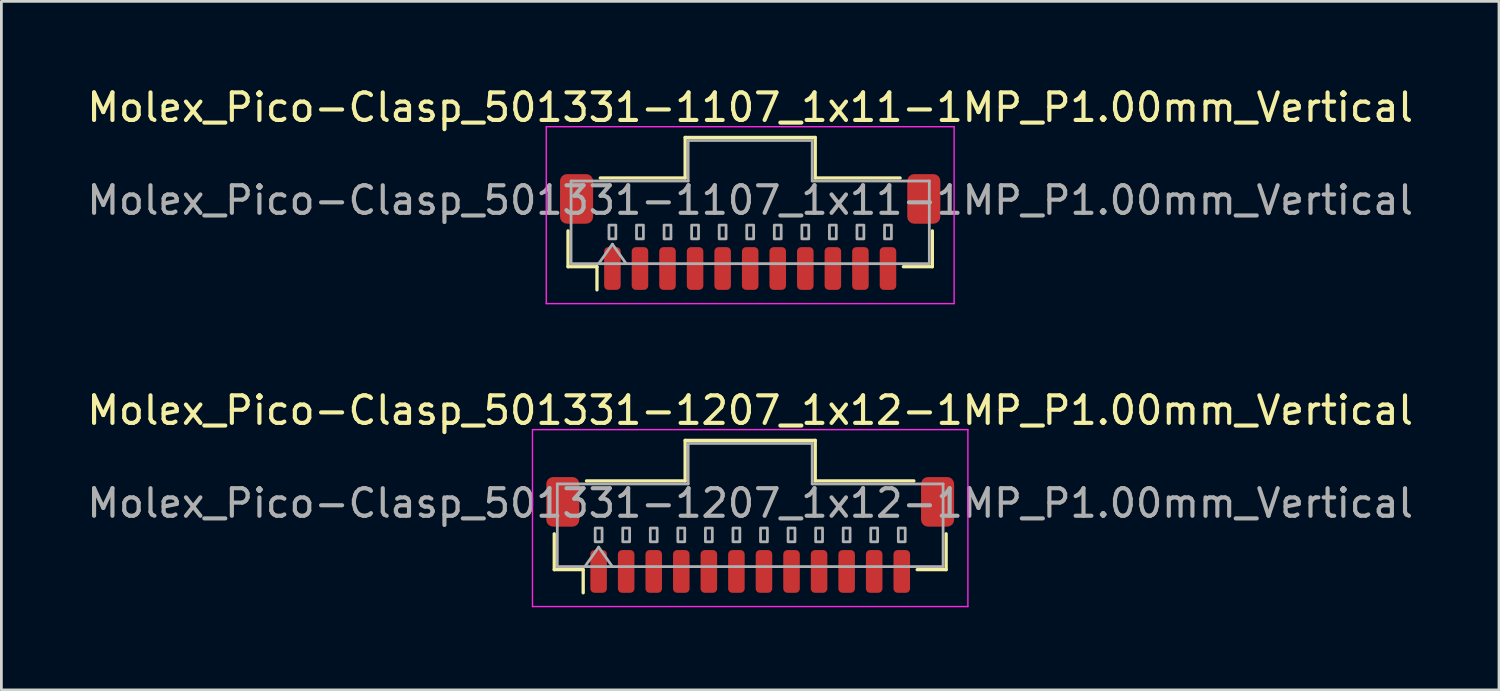
<source format=kicad_pcb>
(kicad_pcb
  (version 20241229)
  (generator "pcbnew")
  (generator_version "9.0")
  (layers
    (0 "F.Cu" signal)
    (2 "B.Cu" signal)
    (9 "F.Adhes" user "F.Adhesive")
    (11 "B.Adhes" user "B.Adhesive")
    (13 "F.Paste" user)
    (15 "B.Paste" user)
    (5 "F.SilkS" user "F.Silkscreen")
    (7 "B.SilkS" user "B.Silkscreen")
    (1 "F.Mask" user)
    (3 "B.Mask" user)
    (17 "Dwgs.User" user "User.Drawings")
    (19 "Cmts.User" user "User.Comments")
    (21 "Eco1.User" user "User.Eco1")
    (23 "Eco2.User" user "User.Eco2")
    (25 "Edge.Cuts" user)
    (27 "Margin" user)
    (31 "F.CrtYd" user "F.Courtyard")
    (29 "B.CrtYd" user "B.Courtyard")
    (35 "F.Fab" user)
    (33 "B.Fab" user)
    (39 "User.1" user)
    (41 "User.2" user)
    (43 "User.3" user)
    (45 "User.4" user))
  (footprint "Molex_Pico-Clasp_501331-1107_1x11-1MP_P1.00mm_Vertical"
    (layer "F.Cu")
    (at 24.173 5.368)
    (property "Reference" "Molex_Pico-Clasp_501331-1107_1x11-1MP_P1.00mm_Vertical" (at 0 -4.52 0) (layer "F.SilkS") (effects (font (size 1 1) (thickness 0.15))))
    (attr smd)
    (fp_line (start -6.61 -0.04) (end -6.61 1.26) (stroke (width 0.12) (type solid)) (layer "F.SilkS"))
    (fp_line (start -6.61 1.26) (end -5.56 1.26) (stroke (width 0.12) (type solid)) (layer "F.SilkS"))
    (fp_line (start -5.56 1.26) (end -5.56 2.1) (stroke (width 0.12) (type solid)) (layer "F.SilkS"))
    (fp_line (start -5.44 -1.96) (end -2.36 -1.96) (stroke (width 0.12) (type solid)) (layer "F.SilkS"))
    (fp_line (start -2.36 -3.43) (end 2.36 -3.43) (stroke (width 0.12) (type solid)) (layer "F.SilkS"))
    (fp_line (start -2.36 -1.96) (end -2.36 -3.43) (stroke (width 0.12) (type solid)) (layer "F.SilkS"))
    (fp_line (start 2.36 -3.43) (end 2.36 -1.96) (stroke (width 0.12) (type solid)) (layer "F.SilkS"))
    (fp_line (start 2.36 -1.96) (end 5.44 -1.96) (stroke (width 0.12) (type solid)) (layer "F.SilkS"))
    (fp_line (start 6.61 -0.04) (end 6.61 1.26) (stroke (width 0.12) (type solid)) (layer "F.SilkS"))
    (fp_line (start 6.61 1.26) (end 5.56 1.26) (stroke (width 0.12) (type solid)) (layer "F.SilkS"))
    (fp_line (start -7.4 -3.82) (end -7.4 2.6) (stroke (width 0.05) (type solid)) (layer "F.CrtYd"))
    (fp_line (start -7.4 2.6) (end 7.4 2.6) (stroke (width 0.05) (type solid)) (layer "F.CrtYd"))
    (fp_line (start 7.4 -3.82) (end -7.4 -3.82) (stroke (width 0.05) (type solid)) (layer "F.CrtYd"))
    (fp_line (start 7.4 2.6) (end 7.4 -3.82) (stroke (width 0.05) (type solid)) (layer "F.CrtYd"))
    (fp_line (start -6.5 -1.85) (end -2.25 -1.85) (stroke (width 0.1) (type solid)) (layer "F.Fab"))
    (fp_line (start -6.5 1.15) (end -6.5 -1.85) (stroke (width 0.1) (type solid)) (layer "F.Fab"))
    (fp_line (start -6.5 1.15) (end 6.5 1.15) (stroke (width 0.1) (type solid)) (layer "F.Fab"))
    (fp_line (start -5.5 1.15) (end -5 0.443) (stroke (width 0.1) (type solid)) (layer "F.Fab"))
    (fp_line (start -5 0.443) (end -4.5 1.15) (stroke (width 0.1) (type solid)) (layer "F.Fab"))
    (fp_line (start -2.25 -3.32) (end 2.25 -3.32) (stroke (width 0.1) (type solid)) (layer "F.Fab"))
    (fp_line (start -2.25 -1.85) (end -2.25 -3.32) (stroke (width 0.1) (type solid)) (layer "F.Fab"))
    (fp_line (start 2.25 -3.32) (end 2.25 -1.85) (stroke (width 0.1) (type solid)) (layer "F.Fab"))
    (fp_line (start 2.25 -1.85) (end 6.5 -1.85) (stroke (width 0.1) (type solid)) (layer "F.Fab"))
    (fp_line (start 6.5 1.15) (end 6.5 -1.85) (stroke (width 0.1) (type solid)) (layer "F.Fab"))
    (fp_rect (start -5.125 -0.25) (end -4.875 0.25) (stroke (width 0.1) (type solid)) (fill no) (layer "F.Fab"))
    (fp_rect (start -4.125 -0.25) (end -3.875 0.25) (stroke (width 0.1) (type solid)) (fill no) (layer "F.Fab"))
    (fp_rect (start -3.125 -0.25) (end -2.875 0.25) (stroke (width 0.1) (type solid)) (fill no) (layer "F.Fab"))
    (fp_rect (start -2.125 -0.25) (end -1.875 0.25) (stroke (width 0.1) (type solid)) (fill no) (layer "F.Fab"))
    (fp_rect (start -1.125 -0.25) (end -0.875 0.25) (stroke (width 0.1) (type solid)) (fill no) (layer "F.Fab"))
    (fp_rect (start -0.125 -0.25) (end 0.125 0.25) (stroke (width 0.1) (type solid)) (fill no) (layer "F.Fab"))
    (fp_rect (start 0.875 -0.25) (end 1.125 0.25) (stroke (width 0.1) (type solid)) (fill no) (layer "F.Fab"))
    (fp_rect (start 1.875 -0.25) (end 2.125 0.25) (stroke (width 0.1) (type solid)) (fill no) (layer "F.Fab"))
    (fp_rect (start 2.875 -0.25) (end 3.125 0.25) (stroke (width 0.1) (type solid)) (fill no) (layer "F.Fab"))
    (fp_rect (start 3.875 -0.25) (end 4.125 0.25) (stroke (width 0.1) (type solid)) (fill no) (layer "F.Fab"))
    (fp_rect (start 4.875 -0.25) (end 5.125 0.25) (stroke (width 0.1) (type solid)) (fill no) (layer "F.Fab"))
    (fp_text user "${REFERENCE}" (at 0 -1.15 0) (layer "F.Fab") (effects (font (size 1 1) (thickness 0.15))))
    (pad "1" smd roundrect (at -5 1.325) (size 0.6 1.55) (layers "F.Cu" "F.Mask" "F.Paste") (roundrect_rratio 0.25))
    (pad "2" smd roundrect (at -4 1.325) (size 0.6 1.55) (layers "F.Cu" "F.Mask" "F.Paste") (roundrect_rratio 0.25))
    (pad "3" smd roundrect (at -3 1.325) (size 0.6 1.55) (layers "F.Cu" "F.Mask" "F.Paste") (roundrect_rratio 0.25))
    (pad "4" smd roundrect (at -2 1.325) (size 0.6 1.55) (layers "F.Cu" "F.Mask" "F.Paste") (roundrect_rratio 0.25))
    (pad "5" smd roundrect (at -1 1.325) (size 0.6 1.55) (layers "F.Cu" "F.Mask" "F.Paste") (roundrect_rratio 0.25))
    (pad "6" smd roundrect (at 0 1.325) (size 0.6 1.55) (layers "F.Cu" "F.Mask" "F.Paste") (roundrect_rratio 0.25))
    (pad "7" smd roundrect (at 1 1.325) (size 0.6 1.55) (layers "F.Cu" "F.Mask" "F.Paste") (roundrect_rratio 0.25))
    (pad "8" smd roundrect (at 2 1.325) (size 0.6 1.55) (layers "F.Cu" "F.Mask" "F.Paste") (roundrect_rratio 0.25))
    (pad "9" smd roundrect (at 3 1.325) (size 0.6 1.55) (layers "F.Cu" "F.Mask" "F.Paste") (roundrect_rratio 0.25))
    (pad "10" smd roundrect (at 4 1.325) (size 0.6 1.55) (layers "F.Cu" "F.Mask" "F.Paste") (roundrect_rratio 0.25))
    (pad "11" smd roundrect (at 5 1.325) (size 0.6 1.55) (layers "F.Cu" "F.Mask" "F.Paste") (roundrect_rratio 0.25))
    (pad "MP" smd roundrect (at -6.3 -1.2) (size 1.2 1.8) (layers "F.Cu" "F.Mask" "F.Paste") (roundrect_rratio 0.208))
    (pad "MP" smd roundrect (at 6.3 -1.2) (size 1.2 1.8) (layers "F.Cu" "F.Mask" "F.Paste") (roundrect_rratio 0.208)))
  (footprint "Molex_Pico-Clasp_501331-1207_1x12-1MP_P1.00mm_Vertical"
    (layer "F.Cu")
    (at 24.173 16.361)
    (property "Reference" "Molex_Pico-Clasp_501331-1207_1x12-1MP_P1.00mm_Vertical" (at 0 -4.52 0) (layer "F.SilkS") (effects (font (size 1 1) (thickness 0.15))))
    (attr smd)
    (fp_line (start -7.11 -0.04) (end -7.11 1.26) (stroke (width 0.12) (type solid)) (layer "F.SilkS"))
    (fp_line (start -7.11 1.26) (end -6.06 1.26) (stroke (width 0.12) (type solid)) (layer "F.SilkS"))
    (fp_line (start -6.06 1.26) (end -6.06 2.1) (stroke (width 0.12) (type solid)) (layer "F.SilkS"))
    (fp_line (start -5.94 -1.96) (end -2.36 -1.96) (stroke (width 0.12) (type solid)) (layer "F.SilkS"))
    (fp_line (start -2.36 -3.43) (end 2.36 -3.43) (stroke (width 0.12) (type solid)) (layer "F.SilkS"))
    (fp_line (start -2.36 -1.96) (end -2.36 -3.43) (stroke (width 0.12) (type solid)) (layer "F.SilkS"))
    (fp_line (start 2.36 -3.43) (end 2.36 -1.96) (stroke (width 0.12) (type solid)) (layer "F.SilkS"))
    (fp_line (start 2.36 -1.96) (end 5.94 -1.96) (stroke (width 0.12) (type solid)) (layer "F.SilkS"))
    (fp_line (start 7.11 -0.04) (end 7.11 1.26) (stroke (width 0.12) (type solid)) (layer "F.SilkS"))
    (fp_line (start 7.11 1.26) (end 6.06 1.26) (stroke (width 0.12) (type solid)) (layer "F.SilkS"))
    (fp_line (start -7.9 -3.82) (end -7.9 2.6) (stroke (width 0.05) (type solid)) (layer "F.CrtYd"))
    (fp_line (start -7.9 2.6) (end 7.9 2.6) (stroke (width 0.05) (type solid)) (layer "F.CrtYd"))
    (fp_line (start 7.9 -3.82) (end -7.9 -3.82) (stroke (width 0.05) (type solid)) (layer "F.CrtYd"))
    (fp_line (start 7.9 2.6) (end 7.9 -3.82) (stroke (width 0.05) (type solid)) (layer "F.CrtYd"))
    (fp_line (start -7 -1.85) (end -2.25 -1.85) (stroke (width 0.1) (type solid)) (layer "F.Fab"))
    (fp_line (start -7 1.15) (end -7 -1.85) (stroke (width 0.1) (type solid)) (layer "F.Fab"))
    (fp_line (start -7 1.15) (end 7 1.15) (stroke (width 0.1) (type solid)) (layer "F.Fab"))
    (fp_line (start -6 1.15) (end -5.5 0.443) (stroke (width 0.1) (type solid)) (layer "F.Fab"))
    (fp_line (start -5.5 0.443) (end -5 1.15) (stroke (width 0.1) (type solid)) (layer "F.Fab"))
    (fp_line (start -2.25 -3.32) (end 2.25 -3.32) (stroke (width 0.1) (type solid)) (layer "F.Fab"))
    (fp_line (start -2.25 -1.85) (end -2.25 -3.32) (stroke (width 0.1) (type solid)) (layer "F.Fab"))
    (fp_line (start 2.25 -3.32) (end 2.25 -1.85) (stroke (width 0.1) (type solid)) (layer "F.Fab"))
    (fp_line (start 2.25 -1.85) (end 7 -1.85) (stroke (width 0.1) (type solid)) (layer "F.Fab"))
    (fp_line (start 7 1.15) (end 7 -1.85) (stroke (width 0.1) (type solid)) (layer "F.Fab"))
    (fp_rect (start -5.625 -0.25) (end -5.375 0.25) (stroke (width 0.1) (type solid)) (fill no) (layer "F.Fab"))
    (fp_rect (start -4.625 -0.25) (end -4.375 0.25) (stroke (width 0.1) (type solid)) (fill no) (layer "F.Fab"))
    (fp_rect (start -3.625 -0.25) (end -3.375 0.25) (stroke (width 0.1) (type solid)) (fill no) (layer "F.Fab"))
    (fp_rect (start -2.625 -0.25) (end -2.375 0.25) (stroke (width 0.1) (type solid)) (fill no) (layer "F.Fab"))
    (fp_rect (start -1.625 -0.25) (end -1.375 0.25) (stroke (width 0.1) (type solid)) (fill no) (layer "F.Fab"))
    (fp_rect (start -0.625 -0.25) (end -0.375 0.25) (stroke (width 0.1) (type solid)) (fill no) (layer "F.Fab"))
    (fp_rect (start 0.375 -0.25) (end 0.625 0.25) (stroke (width 0.1) (type solid)) (fill no) (layer "F.Fab"))
    (fp_rect (start 1.375 -0.25) (end 1.625 0.25) (stroke (width 0.1) (type solid)) (fill no) (layer "F.Fab"))
    (fp_rect (start 2.375 -0.25) (end 2.625 0.25) (stroke (width 0.1) (type solid)) (fill no) (layer "F.Fab"))
    (fp_rect (start 3.375 -0.25) (end 3.625 0.25) (stroke (width 0.1) (type solid)) (fill no) (layer "F.Fab"))
    (fp_rect (start 4.375 -0.25) (end 4.625 0.25) (stroke (width 0.1) (type solid)) (fill no) (layer "F.Fab"))
    (fp_rect (start 5.375 -0.25) (end 5.625 0.25) (stroke (width 0.1) (type solid)) (fill no) (layer "F.Fab"))
    (fp_text user "${REFERENCE}" (at 0 -1.15 0) (layer "F.Fab") (effects (font (size 1 1) (thickness 0.15))))
    (pad "1" smd roundrect (at -5.5 1.325) (size 0.6 1.55) (layers "F.Cu" "F.Mask" "F.Paste") (roundrect_rratio 0.25))
    (pad "2" smd roundrect (at -4.5 1.325) (size 0.6 1.55) (layers "F.Cu" "F.Mask" "F.Paste") (roundrect_rratio 0.25))
    (pad "3" smd roundrect (at -3.5 1.325) (size 0.6 1.55) (layers "F.Cu" "F.Mask" "F.Paste") (roundrect_rratio 0.25))
    (pad "4" smd roundrect (at -2.5 1.325) (size 0.6 1.55) (layers "F.Cu" "F.Mask" "F.Paste") (roundrect_rratio 0.25))
    (pad "5" smd roundrect (at -1.5 1.325) (size 0.6 1.55) (layers "F.Cu" "F.Mask" "F.Paste") (roundrect_rratio 0.25))
    (pad "6" smd roundrect (at -0.5 1.325) (size 0.6 1.55) (layers "F.Cu" "F.Mask" "F.Paste") (roundrect_rratio 0.25))
    (pad "7" smd roundrect (at 0.5 1.325) (size 0.6 1.55) (layers "F.Cu" "F.Mask" "F.Paste") (roundrect_rratio 0.25))
    (pad "8" smd roundrect (at 1.5 1.325) (size 0.6 1.55) (layers "F.Cu" "F.Mask" "F.Paste") (roundrect_rratio 0.25))
    (pad "9" smd roundrect (at 2.5 1.325) (size 0.6 1.55) (layers "F.Cu" "F.Mask" "F.Paste") (roundrect_rratio 0.25))
    (pad "10" smd roundrect (at 3.5 1.325) (size 0.6 1.55) (layers "F.Cu" "F.Mask" "F.Paste") (roundrect_rratio 0.25))
    (pad "11" smd roundrect (at 4.5 1.325) (size 0.6 1.55) (layers "F.Cu" "F.Mask" "F.Paste") (roundrect_rratio 0.25))
    (pad "12" smd roundrect (at 5.5 1.325) (size 0.6 1.55) (layers "F.Cu" "F.Mask" "F.Paste") (roundrect_rratio 0.25))
    (pad "MP" smd roundrect (at -6.8 -1.2) (size 1.2 1.8) (layers "F.Cu" "F.Mask" "F.Paste") (roundrect_rratio 0.208))
    (pad "MP" smd roundrect (at 6.8 -1.2) (size 1.2 1.8) (layers "F.Cu" "F.Mask" "F.Paste") (roundrect_rratio 0.208)))
  (gr_rect
    (start -3 -3)
    (end 51.345 21.986)
    (stroke (width 0.1) (type default))
    (fill no)
    (layer "Edge.Cuts")))
</source>
